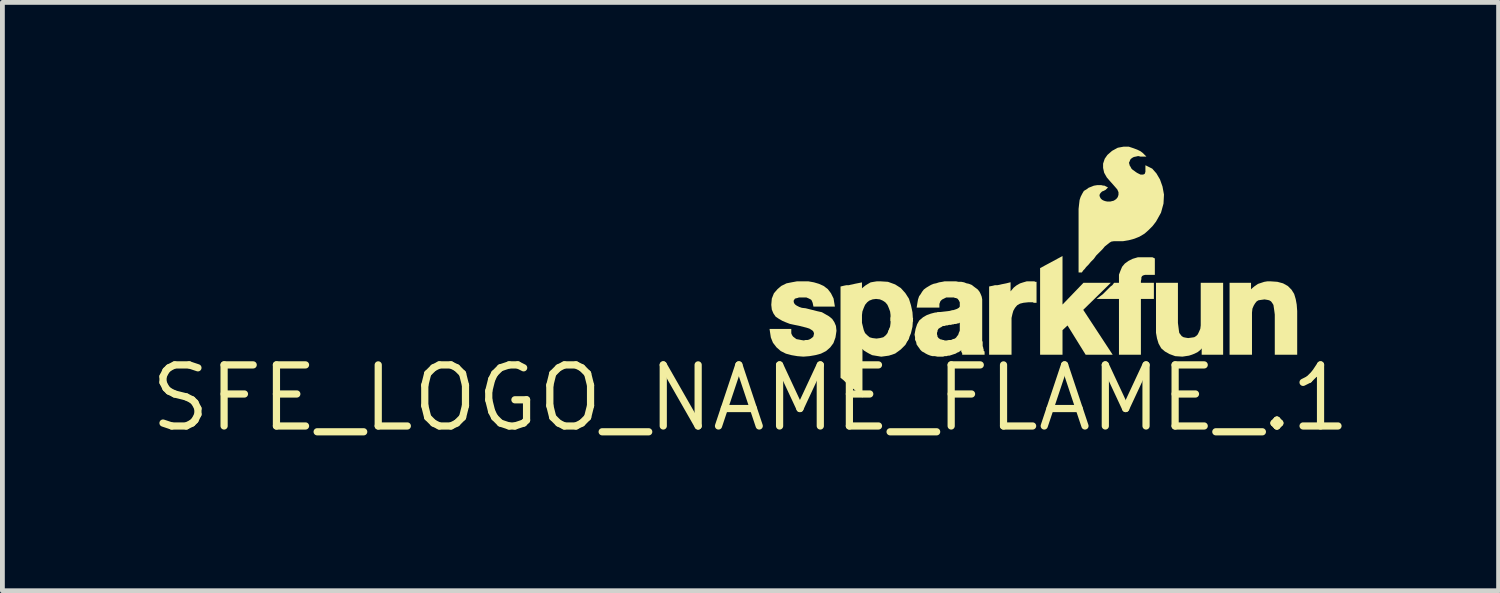
<source format=kicad_pcb>
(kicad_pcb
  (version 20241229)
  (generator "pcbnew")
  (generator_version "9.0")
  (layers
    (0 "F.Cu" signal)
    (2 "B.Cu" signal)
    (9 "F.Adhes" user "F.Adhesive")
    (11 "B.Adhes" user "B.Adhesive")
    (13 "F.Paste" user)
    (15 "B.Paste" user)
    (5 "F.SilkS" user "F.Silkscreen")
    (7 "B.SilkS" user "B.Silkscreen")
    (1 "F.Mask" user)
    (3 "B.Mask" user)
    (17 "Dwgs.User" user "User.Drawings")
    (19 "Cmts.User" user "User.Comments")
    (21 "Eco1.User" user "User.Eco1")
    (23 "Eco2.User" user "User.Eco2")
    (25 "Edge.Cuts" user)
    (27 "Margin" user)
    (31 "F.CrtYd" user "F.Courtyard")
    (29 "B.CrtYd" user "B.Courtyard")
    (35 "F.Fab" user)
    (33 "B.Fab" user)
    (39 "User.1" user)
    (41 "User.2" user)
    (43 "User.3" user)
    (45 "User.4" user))
  (footprint "SFE_LOGO_NAME_FLAME_.1"
    (layer "F.Cu")
    (at 12.556 5.228)
    (property "Reference" "SFE_LOGO_NAME_FLAME_.1" (at 0 0 0) (layer "F.SilkS") (effects (font (size 1.27 1.27) (thickness 0.15))))
    (fp_poly (pts (xy 3.381 -1.667) (xy 3.368 -1.484) (xy 3.336 -1.348) (xy 3.27 -1.189) (xy 2.862 -1.38) (xy 2.903 -1.489) (xy 2.912 -1.562) (xy 2.912 -1.679)) (stroke (width 0) (type solid)) (fill yes) (layer "F.SilkS"))
    (fp_poly (pts (xy 6.488 -1.945) (xy 6.924 -2.398) (xy 7.493 -2.398) (xy 6.919 -1.835) (xy 7.531 -0.902) (xy 6.969 -0.902) (xy 6.592 -1.51) (xy 6.488 -1.413) (xy 6.488 -0.902) (xy 6.022 -0.902) (xy 6.022 -2.703) (xy 6.488 -2.954)) (stroke (width 0) (type solid)) (fill yes) (layer "F.SilkS"))
    (fp_poly (pts (xy 4.274 -1.56) (xy 4.219 -1.532) (xy 4.196 -1.532) (xy 4.166 -1.522) (xy 4.126 -1.522) (xy 4.096 -1.512) (xy 4.059 -1.512) (xy 4.039 -1.502) (xy 3.984 -1.502) (xy 3.877 -1.782) (xy 4.016 -1.798) (xy 4.105 -1.808) (xy 4.209 -1.823)) (stroke (width 0) (type solid)) (fill yes) (layer "F.SilkS"))
    (fp_poly (pts (xy 8.408 -2.904) (xy 8.408 -2.562) (xy 8.205 -2.562) (xy 8.173 -2.554) (xy 8.146 -2.54) (xy 8.133 -2.521) (xy 8.128 -2.511) (xy 8.128 -2.475) (xy 8.118 -2.435) (xy 8.118 -2.398) (xy 8.388 -2.398) (xy 8.388 -2.062) (xy 8.118 -2.062) (xy 8.118 -0.902) (xy 7.662 -0.902) (xy 7.662 -2.062) (xy 7.196 -2.062) (xy 7.325 -2.159) (xy 7.453 -2.287) (xy 7.485 -2.319) (xy 7.523 -2.347) (xy 7.561 -2.398) (xy 7.662 -2.398) (xy 7.662 -2.567) (xy 7.695 -2.654) (xy 7.727 -2.73) (xy 7.784 -2.798) (xy 7.86 -2.853) (xy 7.946 -2.896) (xy 8.054 -2.928) (xy 8.359 -2.928)) (stroke (width 0) (type solid)) (fill yes) (layer "F.SilkS"))
    (fp_poly (pts (xy 5.916 -2.418) (xy 5.948 -2.418) (xy 5.948 -1.982) (xy 5.891 -1.982) (xy 5.871 -1.992) (xy 5.772 -1.992) (xy 5.677 -1.982) (xy 5.604 -1.964) (xy 5.545 -1.93) (xy 5.501 -1.878) (xy 5.465 -1.815) (xy 5.447 -1.751) (xy 5.428 -1.666) (xy 5.428 -0.902) (xy 4.962 -0.902) (xy 4.962 -2.321) (xy 5.042 -2.337) (xy 5.085 -2.348) (xy 5.136 -2.348) (xy 5.182 -2.357) (xy 5.222 -2.367) (xy 5.273 -2.377) (xy 5.322 -2.387) (xy 5.408 -2.409) (xy 5.408 -2.219) (xy 5.42 -2.234) (xy 5.473 -2.297) (xy 5.529 -2.342) (xy 5.604 -2.385) (xy 5.669 -2.406) (xy 5.745 -2.428) (xy 5.906 -2.428)) (stroke (width 0) (type solid)) (fill yes) (layer "F.SilkS"))
    (fp_poly (pts (xy 8.888 -1.562) (xy 8.908 -1.406) (xy 8.916 -1.355) (xy 8.966 -1.289) (xy 9.004 -1.266) (xy 9.047 -1.257) (xy 9.101 -1.248) (xy 9.174 -1.258) (xy 9.227 -1.266) (xy 9.266 -1.29) (xy 9.299 -1.323) (xy 9.325 -1.376) (xy 9.353 -1.44) (xy 9.362 -1.512) (xy 9.362 -2.398) (xy 9.828 -2.398) (xy 9.828 -0.902) (xy 9.382 -0.902) (xy 9.382 -1.034) (xy 9.357 -1.003) (xy 9.301 -0.958) (xy 9.236 -0.925) (xy 9.183 -0.904) (xy 9.119 -0.883) (xy 9.046 -0.872) (xy 8.982 -0.862) (xy 8.832 -0.872) (xy 8.714 -0.915) (xy 8.618 -0.969) (xy 8.54 -1.036) (xy 8.485 -1.135) (xy 8.453 -1.241) (xy 8.432 -1.357) (xy 8.432 -2.398) (xy 8.888 -2.398)) (stroke (width 0) (type solid)) (fill yes) (layer "F.SilkS"))
    (fp_poly (pts (xy 10.956 -2.418) (xy 11.074 -2.386) (xy 11.173 -2.331) (xy 11.25 -2.254) (xy 11.305 -2.166) (xy 11.337 -2.059) (xy 11.358 -1.945) (xy 11.368 -1.811) (xy 11.368 -0.902) (xy 10.902 -0.902) (xy 10.902 -1.738) (xy 10.892 -1.815) (xy 10.882 -1.884) (xy 10.874 -1.937) (xy 10.848 -1.979) (xy 10.824 -2.011) (xy 10.786 -2.034) (xy 10.743 -2.043) (xy 10.689 -2.052) (xy 10.616 -2.042) (xy 10.563 -2.034) (xy 10.525 -2.011) (xy 10.491 -1.968) (xy 10.464 -1.923) (xy 10.437 -1.86) (xy 10.428 -1.778) (xy 10.428 -0.902) (xy 9.962 -0.902) (xy 9.962 -2.398) (xy 10.408 -2.398) (xy 10.408 -2.262) (xy 10.435 -2.288) (xy 10.487 -2.331) (xy 10.553 -2.375) (xy 10.618 -2.396) (xy 10.681 -2.417) (xy 10.747 -2.428) (xy 10.811 -2.428)) (stroke (width 0) (type solid)) (fill yes) (layer "F.SilkS"))
    (fp_poly (pts (xy 2.858 -2.418) (xy 3.007 -2.364) (xy 3.125 -2.289) (xy 3.22 -2.183) (xy 3.295 -2.066) (xy 3.337 -1.93) (xy 3.368 -1.785) (xy 3.381 -1.591) (xy 2.912 -1.603) (xy 2.912 -1.728) (xy 2.903 -1.801) (xy 2.875 -1.876) (xy 2.847 -1.94) (xy 2.804 -1.991) (xy 2.752 -2.026) (xy 2.69 -2.053) (xy 2.61 -2.062) (xy 2.539 -2.053) (xy 2.469 -2.026) (xy 2.427 -1.993) (xy 2.383 -1.94) (xy 2.355 -1.876) (xy 2.327 -1.801) (xy 2.318 -1.728) (xy 2.318 -1.565) (xy 2.356 -1.412) (xy 2.382 -1.352) (xy 2.426 -1.308) (xy 2.478 -1.264) (xy 2.537 -1.248) (xy 2.62 -1.238) (xy 2.693 -1.248) (xy 2.762 -1.265) (xy 2.813 -1.307) (xy 2.847 -1.35) (xy 2.891 -1.451) (xy 3.303 -1.257) (xy 3.221 -1.107) (xy 3.125 -1.011) (xy 3.008 -0.926) (xy 2.879 -0.883) (xy 2.719 -0.861) (xy 2.654 -0.872) (xy 2.594 -0.882) (xy 2.528 -0.893) (xy 2.462 -0.927) (xy 2.41 -0.957) (xy 2.355 -0.991) (xy 2.328 -1.024) (xy 2.328 -0.008) (xy 2.175 -0.162) (xy 2.076 -0.24) (xy 2.025 -0.282) (xy 1.935 -0.372) (xy 1.872 -0.422) (xy 1.872 -2.32) (xy 1.942 -2.337) (xy 1.996 -2.348) (xy 2.045 -2.348) (xy 2.082 -2.357) (xy 2.132 -2.367) (xy 2.172 -2.377) (xy 2.223 -2.387) (xy 2.318 -2.406) (xy 2.318 -2.282) (xy 2.335 -2.298) (xy 2.388 -2.341) (xy 2.44 -2.373) (xy 2.497 -2.406) (xy 2.564 -2.418) (xy 2.627 -2.428) (xy 2.701 -2.428)) (stroke (width 0) (type solid)) (fill yes) (layer "F.SilkS"))
    (fp_poly (pts (xy 1.319 -2.407) (xy 1.423 -2.376) (xy 1.519 -2.333) (xy 1.607 -2.267) (xy 1.673 -2.18) (xy 1.727 -2.072) (xy 1.755 -1.902) (xy 1.309 -1.902) (xy 1.293 -1.979) (xy 1.276 -2.022) (xy 1.263 -2.043) (xy 1.241 -2.057) (xy 1.204 -2.075) (xy 1.163 -2.092) (xy 1.006 -2.092) (xy 0.981 -2.083) (xy 0.941 -2.073) (xy 0.924 -2.068) (xy 0.898 -2.028) (xy 0.898 -2.005) (xy 0.905 -1.977) (xy 0.927 -1.947) (xy 0.96 -1.923) (xy 1.015 -1.895) (xy 1.068 -1.877) (xy 1.147 -1.868) (xy 1.389 -1.807) (xy 1.484 -1.786) (xy 1.559 -1.743) (xy 1.632 -1.701) (xy 1.699 -1.646) (xy 1.744 -1.578) (xy 1.777 -1.5) (xy 1.788 -1.399) (xy 1.767 -1.261) (xy 1.724 -1.142) (xy 1.658 -1.054) (xy 1.571 -0.978) (xy 1.464 -0.924) (xy 1.348 -0.893) (xy 1.225 -0.872) (xy 1.1 -0.862) (xy 0.975 -0.872) (xy 0.852 -0.893) (xy 0.736 -0.924) (xy 0.629 -0.978) (xy 0.542 -1.054) (xy 0.467 -1.151) (xy 0.423 -1.26) (xy 0.396 -1.438) (xy 0.848 -1.438) (xy 0.848 -1.347) (xy 0.864 -1.309) (xy 0.887 -1.277) (xy 0.955 -1.226) (xy 1.007 -1.217) (xy 1.057 -1.207) (xy 1.108 -1.199) (xy 1.145 -1.208) (xy 1.185 -1.208) (xy 1.217 -1.216) (xy 1.25 -1.233) (xy 1.285 -1.259) (xy 1.306 -1.279) (xy 1.321 -1.34) (xy 1.314 -1.367) (xy 1.3 -1.395) (xy 1.269 -1.418) (xy 1.224 -1.445) (xy 1.169 -1.463) (xy 1.012 -1.503) (xy 0.912 -1.523) (xy 0.819 -1.543) (xy 0.736 -1.575) (xy 0.663 -1.606) (xy 0.59 -1.648) (xy 0.523 -1.693) (xy 0.476 -1.762) (xy 0.443 -1.84) (xy 0.432 -1.939) (xy 0.443 -2.069) (xy 0.487 -2.18) (xy 0.563 -2.267) (xy 0.639 -2.332) (xy 0.748 -2.386) (xy 0.853 -2.407) (xy 0.967 -2.428) (xy 1.203 -2.428)) (stroke (width 0) (type solid)) (fill yes) (layer "F.SilkS"))
    (fp_poly (pts (xy 7.963 -5.196) (xy 8.045 -5.165) (xy 8.11 -5.133) (xy 8.155 -5.099) (xy 8.232 -5.022) (xy 8.104 -5.022) (xy 8.074 -5.032) (xy 8.055 -5.032) (xy 8.018 -5.023) (xy 7.972 -5.014) (xy 7.94 -4.997) (xy 7.908 -4.973) (xy 7.895 -4.953) (xy 7.885 -4.925) (xy 7.875 -4.905) (xy 7.87 -4.89) (xy 7.877 -4.871) (xy 7.885 -4.836) (xy 7.903 -4.809) (xy 7.921 -4.773) (xy 7.944 -4.75) (xy 7.972 -4.731) (xy 8.012 -4.701) (xy 8.039 -4.683) (xy 8.109 -4.648) (xy 8.164 -4.648) (xy 8.183 -4.655) (xy 8.198 -4.664) (xy 8.212 -4.706) (xy 8.212 -4.842) (xy 8.354 -4.771) (xy 8.441 -4.672) (xy 8.515 -4.546) (xy 8.567 -4.4) (xy 8.598 -4.232) (xy 8.588 -4.044) (xy 8.536 -3.855) (xy 8.432 -3.669) (xy 8.359 -3.575) (xy 8.276 -3.492) (xy 8.193 -3.419) (xy 8.087 -3.356) (xy 7.982 -3.314) (xy 7.868 -3.283) (xy 7.743 -3.262) (xy 7.553 -3.262) (xy 7.503 -3.254) (xy 7.462 -3.229) (xy 7.367 -3.153) (xy 7.318 -3.094) (xy 7.189 -2.965) (xy 7.139 -2.895) (xy 7.078 -2.834) (xy 7.028 -2.774) (xy 6.979 -2.725) (xy 6.949 -2.685) (xy 6.92 -2.656) (xy 6.89 -2.612) (xy 6.822 -2.612) (xy 6.822 -3.932) (xy 6.832 -4.024) (xy 6.843 -4.118) (xy 6.865 -4.185) (xy 6.897 -4.248) (xy 6.932 -4.308) (xy 6.989 -4.342) (xy 7.031 -4.374) (xy 7.086 -4.395) (xy 7.14 -4.417) (xy 7.207 -4.428) (xy 7.295 -4.428) (xy 7.335 -4.418) (xy 7.359 -4.418) (xy 7.434 -4.38) (xy 7.383 -4.329) (xy 7.335 -4.305) (xy 7.311 -4.297) (xy 7.28 -4.266) (xy 7.265 -4.243) (xy 7.258 -4.224) (xy 7.258 -4.206) (xy 7.265 -4.185) (xy 7.281 -4.153) (xy 7.304 -4.13) (xy 7.328 -4.114) (xy 7.371 -4.097) (xy 7.414 -4.088) (xy 7.485 -4.088) (xy 7.554 -4.105) (xy 7.604 -4.138) (xy 7.636 -4.178) (xy 7.652 -4.226) (xy 7.652 -4.282) (xy 7.627 -4.339) (xy 7.561 -4.415) (xy 7.481 -4.505) (xy 7.409 -4.588) (xy 7.354 -4.686) (xy 7.332 -4.786) (xy 7.332 -4.876) (xy 7.366 -4.977) (xy 7.421 -5.056) (xy 7.518 -5.141) (xy 7.637 -5.206) (xy 7.757 -5.228) (xy 7.866 -5.228)) (stroke (width 0) (type solid)) (fill yes) (layer "F.SilkS"))
    (fp_poly (pts (xy 4.324 -2.418) (xy 4.384 -2.418) (xy 4.441 -2.407) (xy 4.491 -2.387) (xy 4.541 -2.377) (xy 4.599 -2.354) (xy 4.643 -2.32) (xy 4.683 -2.29) (xy 4.727 -2.257) (xy 4.763 -2.21) (xy 4.785 -2.166) (xy 4.807 -2.111) (xy 4.818 -2.054) (xy 4.818 -1.189) (xy 4.828 -1.169) (xy 4.828 -1.079) (xy 4.838 -1.059) (xy 4.838 -1.039) (xy 4.848 -1.019) (xy 4.848 -0.989) (xy 4.851 -0.983) (xy 4.868 -0.966) (xy 4.868 -0.902) (xy 4.402 -0.902) (xy 4.402 -0.934) (xy 4.392 -0.944) (xy 4.392 -0.954) (xy 4.382 -0.964) (xy 4.382 -0.994) (xy 4.38 -0.996) (xy 4.364 -0.98) (xy 4.327 -0.955) (xy 4.297 -0.945) (xy 4.267 -0.925) (xy 4.232 -0.914) (xy 4.136 -0.882) (xy 4.106 -0.882) (xy 4.076 -0.872) (xy 4.036 -0.872) (xy 4.006 -0.862) (xy 3.886 -0.862) (xy 3.836 -0.872) (xy 3.785 -0.872) (xy 3.738 -0.884) (xy 3.684 -0.905) (xy 3.641 -0.927) (xy 3.611 -0.947) (xy 3.567 -0.969) (xy 3.53 -1.006) (xy 3.509 -1.038) (xy 3.479 -1.078) (xy 3.454 -1.115) (xy 3.444 -1.168) (xy 3.422 -1.211) (xy 3.422 -1.266) (xy 3.411 -1.32) (xy 3.433 -1.439) (xy 3.465 -1.536) (xy 3.51 -1.615) (xy 3.588 -1.681) (xy 3.664 -1.725) (xy 3.749 -1.756) (xy 3.833 -1.778) (xy 3.955 -1.791) (xy 4.06 -1.516) (xy 3.995 -1.495) (xy 3.983 -1.489) (xy 3.973 -1.479) (xy 3.933 -1.459) (xy 3.923 -1.449) (xy 3.908 -1.442) (xy 3.888 -1.401) (xy 3.888 -1.381) (xy 3.878 -1.361) (xy 3.878 -1.326) (xy 3.888 -1.296) (xy 3.888 -1.279) (xy 3.891 -1.273) (xy 3.901 -1.263) (xy 3.908 -1.248) (xy 3.923 -1.241) (xy 3.933 -1.231) (xy 3.959 -1.218) (xy 3.979 -1.218) (xy 3.999 -1.208) (xy 4.019 -1.208) (xy 4.039 -1.198) (xy 4.076 -1.198) (xy 4.126 -1.208) (xy 4.171 -1.208) (xy 4.207 -1.226) (xy 4.244 -1.235) (xy 4.266 -1.25) (xy 4.28 -1.264) (xy 4.3 -1.294) (xy 4.317 -1.311) (xy 4.324 -1.332) (xy 4.335 -1.365) (xy 4.345 -1.385) (xy 4.352 -1.406) (xy 4.352 -1.568) (xy 4.347 -1.566) (xy 4.319 -1.552) (xy 4.299 -1.552) (xy 4.279 -1.542) (xy 4.2 -1.542) (xy 4.134 -1.807) (xy 4.239 -1.836) (xy 4.294 -1.855) (xy 4.334 -1.879) (xy 4.352 -1.903) (xy 4.352 -1.991) (xy 4.329 -2.037) (xy 4.319 -2.047) (xy 4.312 -2.062) (xy 4.271 -2.082) (xy 4.251 -2.082) (xy 4.231 -2.092) (xy 4.069 -2.092) (xy 3.983 -2.049) (xy 3.951 -2.017) (xy 3.945 -2.005) (xy 3.935 -1.975) (xy 3.928 -1.961) (xy 3.928 -1.882) (xy 3.455 -1.882) (xy 3.472 -1.986) (xy 3.483 -2.049) (xy 3.506 -2.118) (xy 3.538 -2.161) (xy 3.568 -2.211) (xy 3.603 -2.257) (xy 3.649 -2.292) (xy 3.7 -2.323) (xy 3.753 -2.354) (xy 3.809 -2.377) (xy 3.86 -2.387) (xy 3.921 -2.407) (xy 3.983 -2.417) (xy 4.036 -2.428) (xy 4.274 -2.428)) (stroke (width 0) (type solid)) (fill yes) (layer "F.SilkS")))
  (gr_rect
    (start -3 -3)
    (end 28.112 9.234)
    (stroke (width 0.1) (type default))
    (fill no)
    (layer "Edge.Cuts")))
</source>
